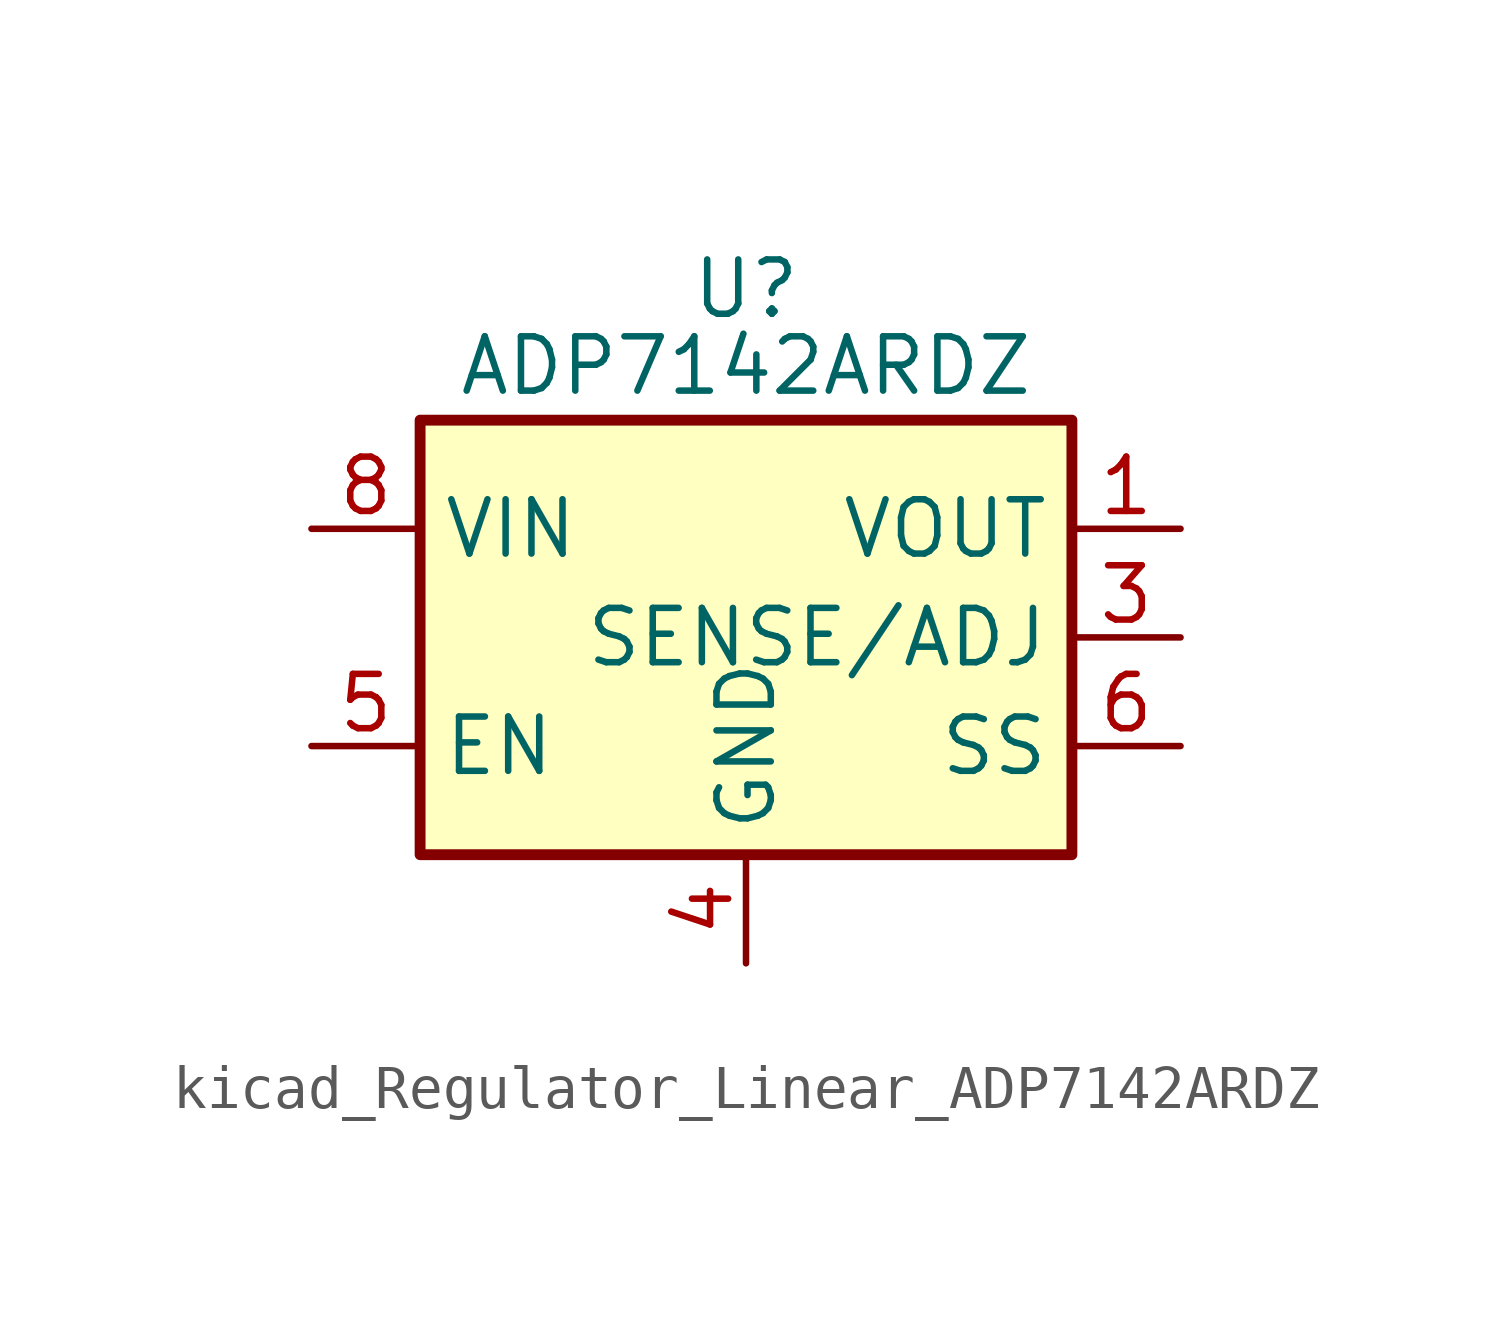
<source format=kicad_sym>
(kicad_symbol_lib
  (version 20220914)
  (generator kicad_symbol_editor)
  (symbol "kicad_Regulator_Linear_ADP7142ARDZ"
    (property "Reference" "U"
      (at 0 8.89 0)
      (effects (font (size 1.27 1.27)) (justify top)))
    (property "Value" "ADP7142ARDZ"
      (at 0 6.35 0)
      (effects (font (size 1.27 1.27))))
    (symbol "kicad_Regulator_Linear_ADP7142ARDZ_0_1"
      (rectangle (start -7.62 5.08) (end 7.62 -5.08) (stroke (width 0.254) (type default)) (fill (type background))))
    (symbol "kicad_Regulator_Linear_ADP7142ARDZ_1_1"
      (pin power_out line (at 10.16 2.54 180) (length 2.54) (name "VOUT" (effects (font (size 1.27 1.27)))) (number "1" (effects (font (size 1.27 1.27)))))
      (pin passive line (at 10.16 2.54 180) (length 2.54) hide (name "VOUT" (effects (font (size 1.27 1.27)))) (number "2" (effects (font (size 1.27 1.27)))))
      (pin input line (at 10.16 0 180) (length 2.54) (name "SENSE/ADJ" (effects (font (size 1.27 1.27)))) (number "3" (effects (font (size 1.27 1.27)))))
      (pin power_in line (at 0 -7.62 90) (length 2.54) (name "GND" (effects (font (size 1.27 1.27)))) (number "4" (effects (font (size 1.27 1.27)))))
      (pin input line (at -10.16 -2.54 0) (length 2.54) (name "EN" (effects (font (size 1.27 1.27)))) (number "5" (effects (font (size 1.27 1.27)))))
      (pin passive line (at 10.16 -2.54 180) (length 2.54) (name "SS" (effects (font (size 1.27 1.27)))) (number "6" (effects (font (size 1.27 1.27)))))
      (pin passive line (at -10.16 2.54 0) (length 2.54) hide (name "VIN" (effects (font (size 1.27 1.27)))) (number "7" (effects (font (size 1.27 1.27)))))
      (pin power_in line (at -10.16 2.54 0) (length 2.54) (name "VIN" (effects (font (size 1.27 1.27)))) (number "8" (effects (font (size 1.27 1.27)))))
      (pin passive line (at 0 -7.62 90) (length 2.54) hide (name "GND" (effects (font (size 1.27 1.27)))) (number "9" (effects (font (size 1.27 1.27))))))))
</source>
